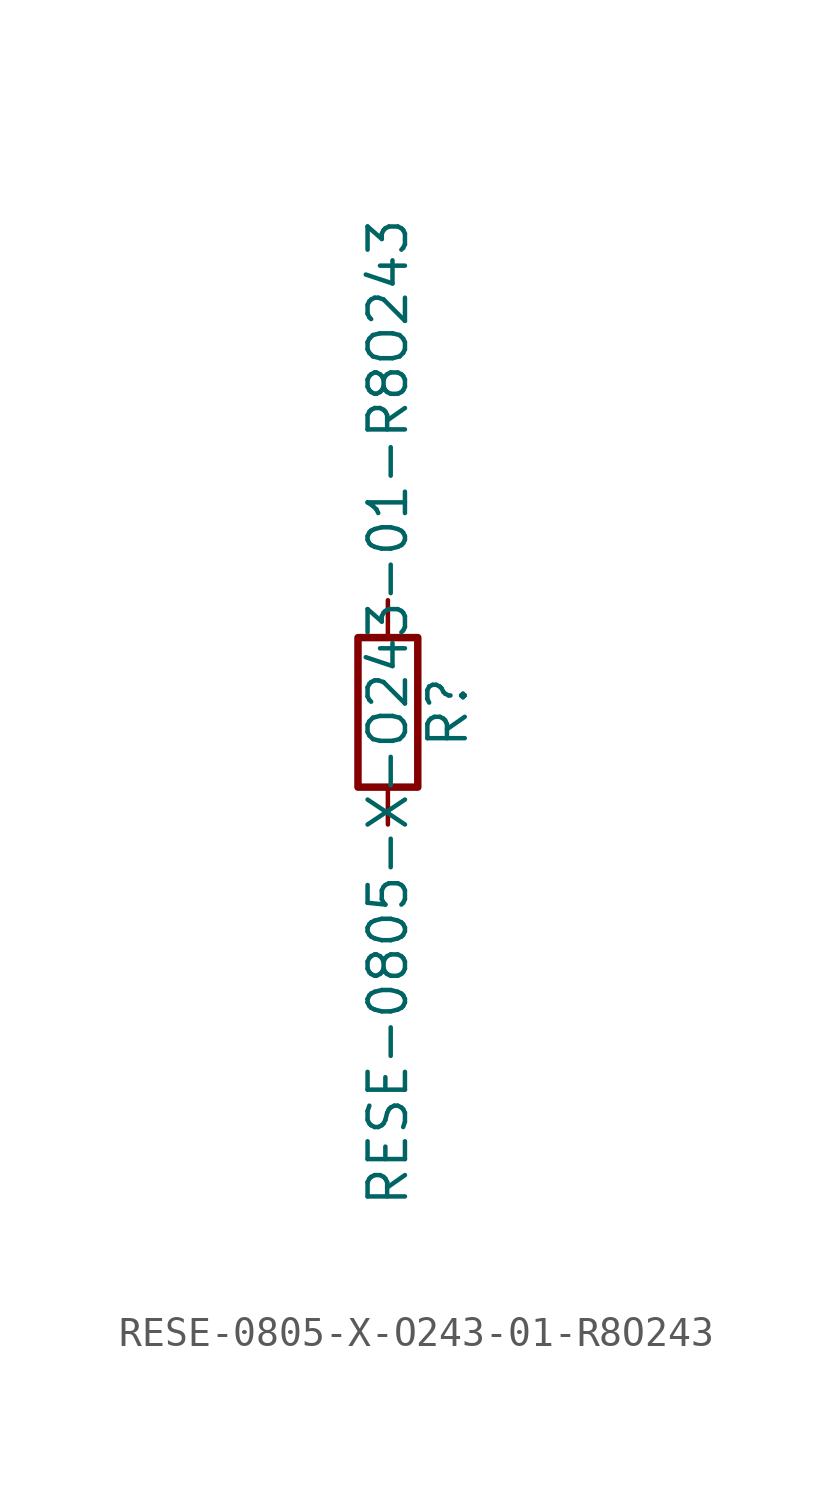
<source format=kicad_sym>
(kicad_symbol_lib
  (version 20211014)
  (generator kicad_symbol_editor)
  (symbol "RESE-0805-X-O243-01-R8O243"
    (pin_numbers hide)
    (pin_names
      (offset 0))
    (property "Reference" "R"
      (at 2.032 0 90)
      (effects (font (size 1.27 1.27))))
    (property "Value" "RESE-0805-X-O243-01-R8O243"
      (at 0 0 90)
      (effects (font (size 1.27 1.27))))
    (symbol "RESE-0805-X-O243-01-R8O243_0_1"
      (rectangle (start -1.016 -2.54) (end 1.016 2.54) (stroke (width 0.254) (type default) (color 0 0 0 0)) (fill (type none))))
    (symbol "RESE-0805-X-O243-01-R8O243_1_1"
      (pin passive line (at 0 3.81 270) (length 1.27) (name "~" (effects (font (size 1.27 1.27)))) (number "1" (effects (font (size 1.27 1.27)))))
      (pin passive line (at 0 -3.81 90) (length 1.27) (name "~" (effects (font (size 1.27 1.27)))) (number "2" (effects (font (size 1.27 1.27))))))))
</source>
